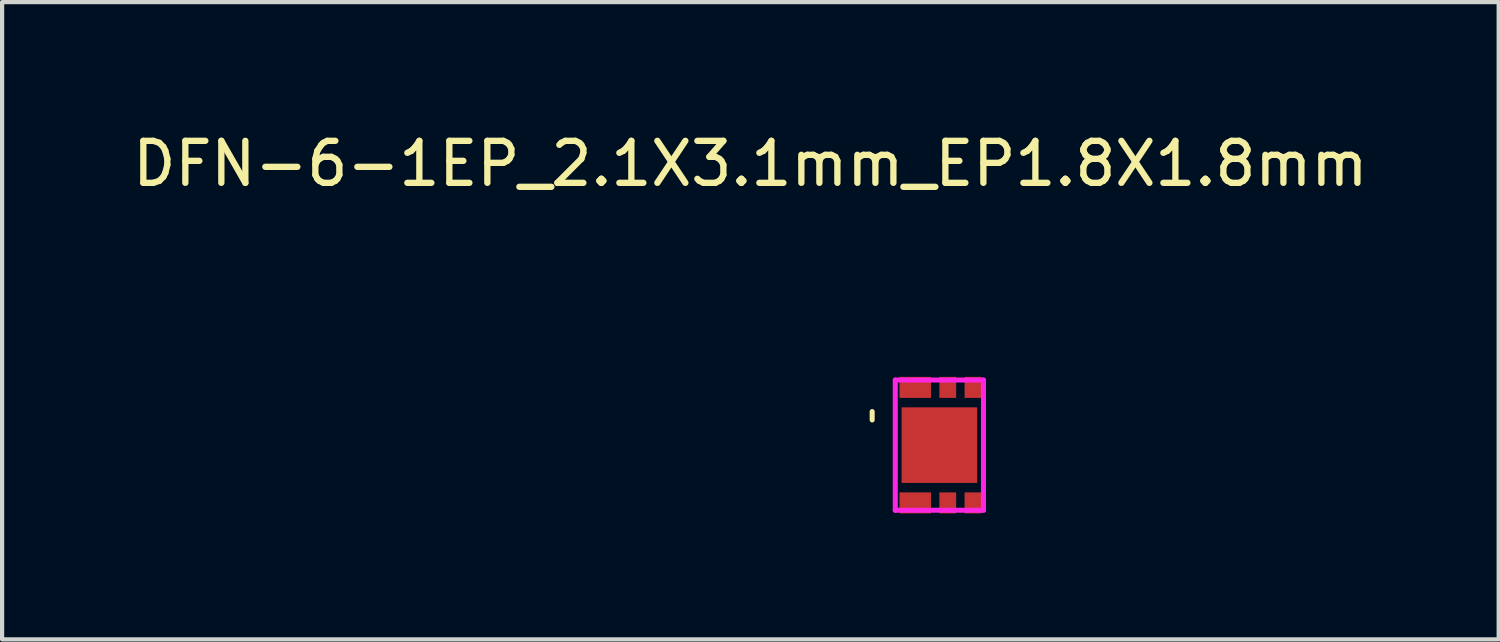
<source format=kicad_pcb>
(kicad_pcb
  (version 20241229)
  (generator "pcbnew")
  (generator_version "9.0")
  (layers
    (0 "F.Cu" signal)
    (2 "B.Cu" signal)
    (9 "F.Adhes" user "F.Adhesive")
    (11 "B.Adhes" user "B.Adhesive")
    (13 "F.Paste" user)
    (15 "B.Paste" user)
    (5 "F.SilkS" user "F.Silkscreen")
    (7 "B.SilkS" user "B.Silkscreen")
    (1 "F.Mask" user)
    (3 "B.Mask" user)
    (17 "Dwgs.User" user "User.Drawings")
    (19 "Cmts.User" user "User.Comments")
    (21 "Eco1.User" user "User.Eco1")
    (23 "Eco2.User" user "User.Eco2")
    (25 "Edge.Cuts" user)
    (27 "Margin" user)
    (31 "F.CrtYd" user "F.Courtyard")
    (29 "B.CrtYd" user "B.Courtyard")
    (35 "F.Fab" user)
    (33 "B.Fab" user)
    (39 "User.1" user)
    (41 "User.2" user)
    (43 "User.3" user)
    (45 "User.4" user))
  (footprint "DFN-6-1EP_2.1X3.1mm_EP1.8X1.8mm"
    (layer "F.Cu")
    (at 19.315 7.548)
    (property "Reference" "DFN-6-1EP_2.1X3.1mm_EP1.8X1.8mm" (at -4.5 -6.7 0) (layer "F.SilkS") (effects (font (size 1 1) (thickness 0.15))))
    (attr through_hole)
    (fp_line (start -1.6 -0.8) (end -1.6 -0.6) (stroke (width 0.12) (type solid)) (layer "F.SilkS"))
    (fp_line (start -1.05 -1.55) (end -1.05 1.55) (stroke (width 0.12) (type solid)) (layer "F.CrtYd"))
    (fp_line (start -1.05 -1.55) (end 1.05 -1.55) (stroke (width 0.12) (type solid)) (layer "F.CrtYd"))
    (fp_line (start 1.05 -1.55) (end 1.05 1.55) (stroke (width 0.12) (type solid)) (layer "F.CrtYd"))
    (fp_line (start 1.05 1.55) (end -1.05 1.55) (stroke (width 0.12) (type solid)) (layer "F.CrtYd"))
    (pad "1" smd rect (at -0.575 1.375) (size 0.75 0.5) (layers "F.Cu" "F.Mask" "F.Paste"))
    (pad "2" smd rect (at 0.2 1.375) (size 0.4 0.5) (layers "F.Cu" "F.Mask" "F.Paste"))
    (pad "3" smd rect (at 0.8 1.375) (size 0.4 0.5) (layers "F.Cu" "F.Mask" "F.Paste"))
    (pad "4" smd rect (at 0.8 -1.375) (size 0.4 0.5) (layers "F.Cu" "F.Mask" "F.Paste"))
    (pad "5" smd rect (at 0.2 -1.375) (size 0.4 0.5) (layers "F.Cu" "F.Mask" "F.Paste"))
    (pad "6" smd rect (at -0.575 -1.375) (size 0.75 0.5) (layers "F.Cu" "F.Mask" "F.Paste"))
    (pad "7" smd rect (at 0 0) (size 1.8 1.8) (layers "F.Cu" "F.Mask" "F.Paste")))
  (gr_rect
    (start -3 -3)
    (end 32.631 12.173)
    (stroke (width 0.1) (type default))
    (fill no)
    (layer "Edge.Cuts")))
</source>
